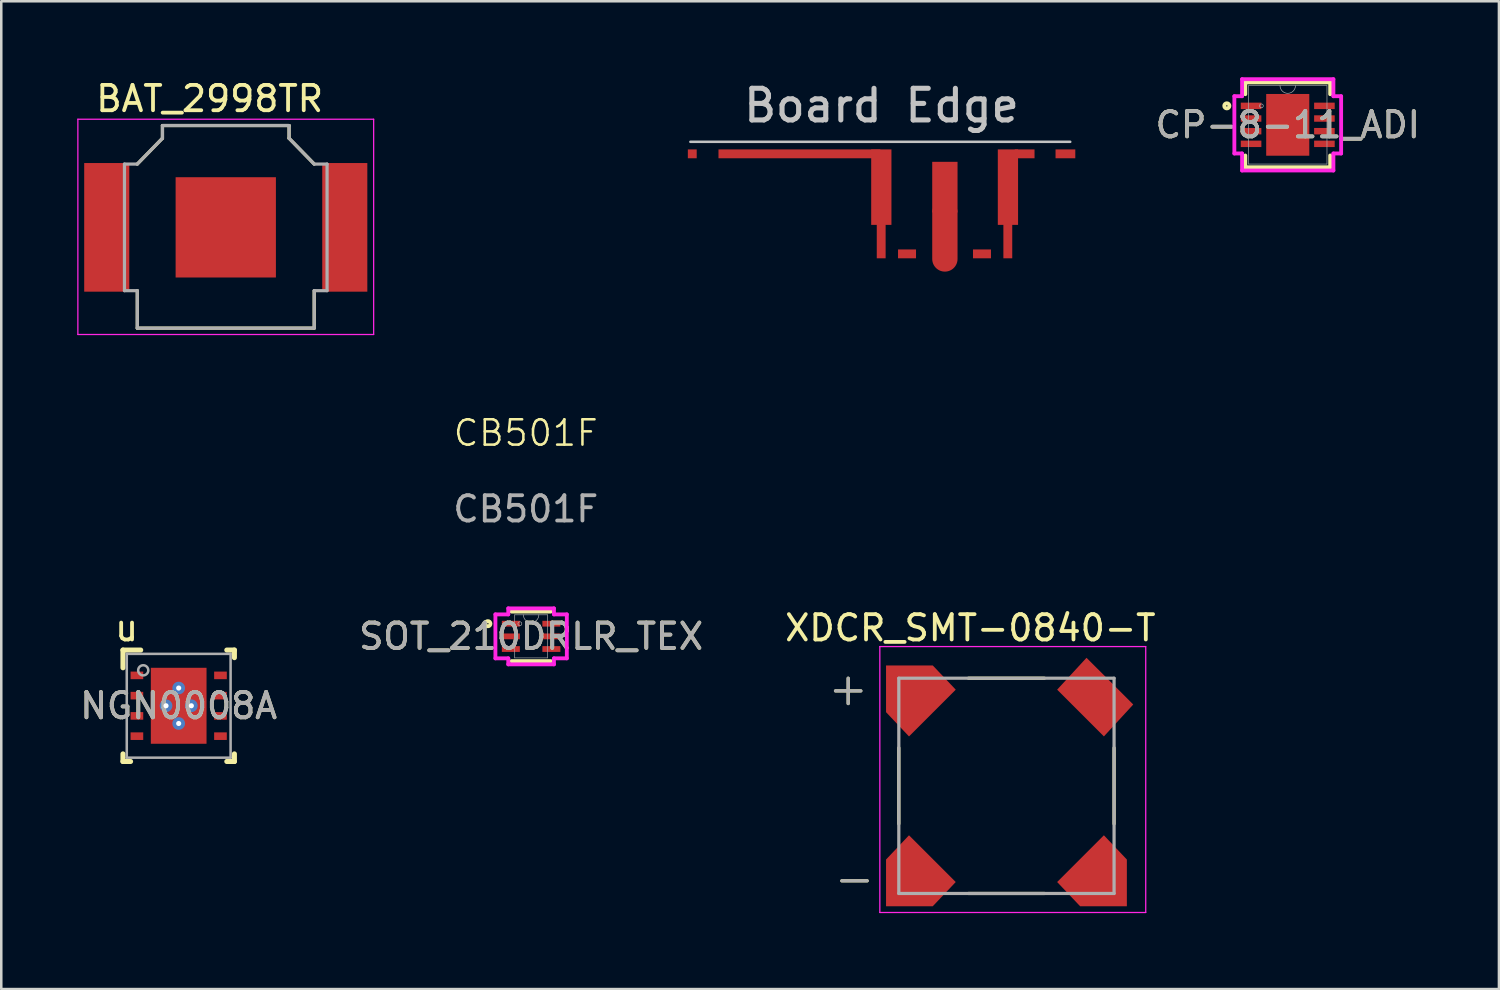
<source format=kicad_pcb>
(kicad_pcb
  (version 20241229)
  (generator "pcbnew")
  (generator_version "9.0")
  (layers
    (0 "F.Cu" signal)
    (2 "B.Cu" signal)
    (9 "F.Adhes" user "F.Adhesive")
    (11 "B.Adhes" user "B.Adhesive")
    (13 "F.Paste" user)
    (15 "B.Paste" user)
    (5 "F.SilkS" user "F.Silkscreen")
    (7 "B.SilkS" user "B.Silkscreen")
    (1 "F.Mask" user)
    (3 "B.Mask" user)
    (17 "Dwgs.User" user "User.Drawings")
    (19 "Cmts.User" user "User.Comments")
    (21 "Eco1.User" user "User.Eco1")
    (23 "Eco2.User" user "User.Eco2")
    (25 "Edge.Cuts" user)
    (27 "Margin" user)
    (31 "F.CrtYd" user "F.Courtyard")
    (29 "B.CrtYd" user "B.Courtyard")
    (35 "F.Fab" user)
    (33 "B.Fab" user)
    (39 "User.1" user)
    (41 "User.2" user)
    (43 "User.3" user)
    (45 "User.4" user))
  (footprint "CB501F"
    (layer "F.Cu")
    (at 39.212 12.55)
    (property "Reference" "CB501F" (at -21.5 1.5 0) (unlocked yes) (layer "F.SilkS") (effects (font (size 1 1) (thickness 0.1))))
    (attr smd)
    (fp_line (start -4.95 -7.21) (end -4.95 -5.374) (stroke (width 1) (type solid)) (layer "F.Cu"))
    (fp_rect (start -15.1 -9.7) (end -14.75 -9.35) (stroke (width 0) (type solid)) (fill yes) (layer "F.Cu"))
    (fp_rect (start -13.89 -9.7) (end -7.5 -9.35) (stroke (width 0) (type solid)) (fill yes) (layer "F.Cu"))
    (fp_rect (start -7.64 -6.75) (end -7.29 -5.4) (stroke (width 0) (type solid)) (fill yes) (layer "F.Cu"))
    (fp_rect (start -6.09 -5.75) (end -6.8 -5.4) (stroke (width 0) (type solid)) (fill yes) (layer "F.Cu"))
    (fp_rect (start -3.13 -5.75) (end -3.84 -5.4) (stroke (width 0) (type solid)) (fill yes) (layer "F.Cu"))
    (fp_rect (start -2.64 -6.75) (end -2.29 -5.4) (stroke (width 0) (type solid)) (fill yes) (layer "F.Cu"))
    (fp_rect (start -2.19 -9.7) (end -1.41 -9.35) (stroke (width 0) (type solid)) (fill yes) (layer "F.Cu"))
    (fp_rect (start -0.58 -9.7) (end 0.2 -9.35) (stroke (width 0) (type solid)) (fill yes) (layer "F.Cu"))
    (fp_line (start -15 -10) (end 0 -10) (stroke (width 0.1) (type solid)) (layer "Dwgs.User"))
    (fp_text user "Board Edge" (at -13 -10.7 0) (unlocked yes) (layer "Dwgs.User") (effects (font (size 1.25 1.25) (thickness 0.2)) (justify left bottom)))
    (fp_text user "${REFERENCE}" (at -21.5 4.5 0) (unlocked yes) (layer "F.Fab") (effects (font (size 1 1) (thickness 0.15))))
    (pad "1" smd rect (at -7.46 -8.21) (size 0.8 2.98) (layers "F.Cu" "F.Mask" "F.Paste"))
    (pad "2" smd rect (at -2.46 -8.21) (size 0.8 2.98) (layers "F.Cu" "F.Mask" "F.Paste"))
    (pad "3" smd rect (at -4.95 -8.21) (size 1 2) (layers "F.Cu" "F.Mask" "F.Paste"))
    (zone (net_name "") (layer "F.SilkS") (hatch edge 0.5) (connect_pads) (min_thickness 0.25) (filled_areas_thickness no) (keepout (tracks allowed) (vias not_allowed) (pads allowed) (copperpour not_allowed) (footprints allowed)) (placement (enabled no)) (fill) (polygon (pts (xy 24.212 2.55) (xy 24.212 12.55) (xy 39.212 12.55) (xy 39.212 2.55)))))
  (footprint "NGN0008A"
    (layer "F.Cu")
    (at 4.006 24.82)
    (property "Reference" "NGN0008A" (at 0 0 0) (unlocked yes) (layer "F.SilkS") (effects (font (size 1 1) (thickness 0.15))))
    (attr smd)
    (fp_line (start -2.2 -2.2) (end -1.5 -2.2) (stroke (width 0.2) (type solid)) (layer "F.SilkS"))
    (fp_line (start -2.2 -1.5) (end -2.2 -2.2) (stroke (width 0.2) (type solid)) (layer "F.SilkS"))
    (fp_line (start -2.2 2.2) (end -2.2 1.9) (stroke (width 0.2) (type solid)) (layer "F.SilkS"))
    (fp_line (start -2.2 2.2) (end -1.9 2.2) (stroke (width 0.2) (type solid)) (layer "F.SilkS"))
    (fp_line (start 1.9 -2.2) (end 2.2 -2.2) (stroke (width 0.2) (type solid)) (layer "F.SilkS"))
    (fp_line (start 1.9 2.2) (end 2.2 2.2) (stroke (width 0.2) (type solid)) (layer "F.SilkS"))
    (fp_line (start 2.2 -1.9) (end 2.2 -2.2) (stroke (width 0.2) (type solid)) (layer "F.SilkS"))
    (fp_line (start 2.2 2.2) (end 2.2 1.9) (stroke (width 0.2) (type solid)) (layer "F.SilkS"))
    (fp_poly (pts (xy -1 -0.15) (xy -0.15 -0.15) (xy -0.15 -1.4) (xy -1 -1.4)) (stroke (width 0) (type solid)) (fill yes) (layer "F.Paste"))
    (fp_poly (pts (xy -1 1.4) (xy -0.15 1.4) (xy -0.15 0.15) (xy -1 0.15)) (stroke (width 0) (type solid)) (fill yes) (layer "F.Paste"))
    (fp_poly (pts (xy 1 -1.4) (xy 0.15 -1.4) (xy 0.15 -0.15) (xy 1 -0.15)) (stroke (width 0) (type solid)) (fill yes) (layer "F.Paste"))
    (fp_poly (pts (xy 1 0.15) (xy 0.15 0.15) (xy 0.15 1.4) (xy 1 1.4)) (stroke (width 0) (type solid)) (fill yes) (layer "F.Paste"))
    (fp_line (start -2.05 -2.05) (end 2.05 -2.05) (stroke (width 0.1) (type solid)) (layer "F.Fab"))
    (fp_line (start -2.05 2.05) (end -2.05 -2.05) (stroke (width 0.1) (type solid)) (layer "F.Fab"))
    (fp_line (start -2.05 2.05) (end 2.05 2.05) (stroke (width 0.1) (type solid)) (layer "F.Fab"))
    (fp_line (start 2.05 2.05) (end 2.05 -2.05) (stroke (width 0.1) (type solid)) (layer "F.Fab"))
    (fp_circle (center -1.4 -1.4) (end -1.2 -1.4) (stroke (width 0.1) (type solid)) (fill no) (layer "F.Fab"))
    (fp_text user "u" (at -2.057 -3.073 0) (unlocked yes) (layer "F.SilkS") (effects (font (size 1 1) (thickness 0.15))))
    (fp_text user "${REFERENCE}" (at 0 0 0) (unlocked yes) (layer "F.Fab") (effects (font (size 1 1) (thickness 0.15))))
    (pad "1" smd rect (at -1.65 -1.2 90) (size 0.3 0.5) (layers "F.Cu" "F.Mask" "F.Paste"))
    (pad "2" smd rect (at -1.65 -0.4 90) (size 0.3 0.5) (layers "F.Cu" "F.Mask" "F.Paste"))
    (pad "3" smd rect (at -1.65 0.4 90) (size 0.3 0.5) (layers "F.Cu" "F.Mask" "F.Paste"))
    (pad "4" smd rect (at -1.65 1.2 90) (size 0.3 0.5) (layers "F.Cu" "F.Mask" "F.Paste"))
    (pad "5" smd rect (at 1.65 1.2 90) (size 0.3 0.5) (layers "F.Cu" "F.Mask" "F.Paste"))
    (pad "6" smd rect (at 1.65 0.4 90) (size 0.3 0.5) (layers "F.Cu" "F.Mask" "F.Paste"))
    (pad "7" smd rect (at 1.65 -0.4 90) (size 0.3 0.5) (layers "F.Cu" "F.Mask" "F.Paste"))
    (pad "8" smd rect (at 1.65 -1.2 90) (size 0.3 0.5) (layers "F.Cu" "F.Mask" "F.Paste"))
    (pad "9" smd rect (at 0 -0.000003 90) (size 3 2.2) (layers "F.Cu" "F.Mask"))
    (pad "V" thru_hole circle (at -0.5 -0.000003) (size 0.5 0.5) (drill 0.203) (layers "*.Cu" "*.Mask"))
    (pad "V" thru_hole circle (at 0 -0.7) (size 0.5 0.5) (drill 0.203) (layers "*.Cu" "*.Mask"))
    (pad "V" thru_hole circle (at 0 0.7) (size 0.5 0.5) (drill 0.203) (layers "*.Cu" "*.Mask"))
    (pad "V" thru_hole circle (at 0.5 -0.000003) (size 0.5 0.5) (drill 0.203) (layers "*.Cu" "*.Mask")))
  (footprint "BAT_2998TR"
    (layer "F.Cu")
    (at 5.865 5.928)
    (property "Reference" "BAT_2998TR" (at -0.635 -5.08 0) (layer "F.SilkS") (effects (font (size 1 1) (thickness 0.15))))
    (attr smd)
    (fp_line (start -3.493 2.5) (end -3.493 3.98) (stroke (width 0.127) (type solid)) (layer "F.SilkS"))
    (fp_line (start -3.493 3.98) (end 3.493 3.98) (stroke (width 0.127) (type solid)) (layer "F.SilkS"))
    (fp_line (start -2.5 -4.02) (end -2.5 -3.518) (stroke (width 0.127) (type solid)) (layer "F.SilkS"))
    (fp_line (start -2.5 -3.518) (end -3.493 -2.5) (stroke (width 0.127) (type solid)) (layer "F.SilkS"))
    (fp_line (start 2.5 -4.02) (end -2.5 -4.02) (stroke (width 0.127) (type solid)) (layer "F.SilkS"))
    (fp_line (start 2.5 -3.518) (end 2.5 -4.02) (stroke (width 0.127) (type solid)) (layer "F.SilkS"))
    (fp_line (start 3.493 -2.5) (end 2.5 -3.518) (stroke (width 0.127) (type solid)) (layer "F.SilkS"))
    (fp_line (start 3.493 3.98) (end 3.493 2.5) (stroke (width 0.127) (type solid)) (layer "F.SilkS"))
    (fp_line (start -5.84 -4.27) (end 5.84 -4.27) (stroke (width 0.05) (type solid)) (layer "F.CrtYd"))
    (fp_line (start -5.84 4.23) (end -5.84 -4.27) (stroke (width 0.05) (type solid)) (layer "F.CrtYd"))
    (fp_line (start 5.84 -4.27) (end 5.84 4.23) (stroke (width 0.05) (type solid)) (layer "F.CrtYd"))
    (fp_line (start 5.84 4.23) (end -5.84 4.23) (stroke (width 0.05) (type solid)) (layer "F.CrtYd"))
    (fp_line (start -4 -2.5) (end -4 2.5) (stroke (width 0.127) (type solid)) (layer "F.Fab"))
    (fp_line (start -4 2.5) (end -3.493 2.5) (stroke (width 0.127) (type solid)) (layer "F.Fab"))
    (fp_line (start -3.493 -2.5) (end -4 -2.5) (stroke (width 0.127) (type solid)) (layer "F.Fab"))
    (fp_line (start -3.493 2.5) (end -3.493 3.98) (stroke (width 0.127) (type solid)) (layer "F.Fab"))
    (fp_line (start -3.493 3.98) (end 3.493 3.98) (stroke (width 0.127) (type solid)) (layer "F.Fab"))
    (fp_line (start -2.5 -4.02) (end -2.5 -3.518) (stroke (width 0.127) (type solid)) (layer "F.Fab"))
    (fp_line (start -2.5 -3.518) (end -3.493 -2.5) (stroke (width 0.127) (type solid)) (layer "F.Fab"))
    (fp_line (start 2.5 -4.02) (end -2.5 -4.02) (stroke (width 0.127) (type solid)) (layer "F.Fab"))
    (fp_line (start 2.5 -3.518) (end 2.5 -4.02) (stroke (width 0.127) (type solid)) (layer "F.Fab"))
    (fp_line (start 3.493 -2.5) (end 2.5 -3.518) (stroke (width 0.127) (type solid)) (layer "F.Fab"))
    (fp_line (start 3.493 3.98) (end 3.493 2.5) (stroke (width 0.127) (type solid)) (layer "F.Fab"))
    (fp_line (start 4 -2.5) (end 3.493 -2.5) (stroke (width 0.127) (type solid)) (layer "F.Fab"))
    (fp_line (start 4 2.5) (end 3.493 2.5) (stroke (width 0.127) (type solid)) (layer "F.Fab"))
    (fp_line (start 4 2.5) (end 4 -2.5) (stroke (width 0.127) (type solid)) (layer "F.Fab"))
    (pad "N" smd rect (at 0 0) (size 3.96 3.96) (layers "F.Cu" "F.Mask"))
    (pad "P1" smd rect (at -4.7 0) (size 1.78 5.08) (layers "F.Cu" "F.Mask" "F.Paste"))
    (pad "P2" smd rect (at 4.7 0) (size 1.78 5.08) (layers "F.Cu" "F.Mask" "F.Paste")))
  (footprint "XDCR_SMT-0840-T"
    (layer "F.Cu")
    (at 36.693 27.982)
    (property "Reference" "XDCR_SMT-0840-T" (at -1.425 -6.235 0) (layer "F.SilkS") (effects (font (size 1 1) (thickness 0.15))))
    (attr smd)
    (fp_poly (pts (xy 1.759 -3.798) (xy 3.798 -1.759) (xy 5.2 -3.212) (xy 3.162 -5.25)) (stroke (width 0.01) (type solid)) (fill yes) (layer "F.Mask"))
    (fp_poly (pts (xy -3.848 -1.859) (xy -1.909 -3.798) (xy -2.812 -4.85) (xy -4.85 -4.85) (xy -4.85 -2.812)) (stroke (width 0.01) (type solid)) (fill yes) (layer "F.Mask"))
    (fp_poly (pts (xy -1.809 3.848) (xy -3.848 1.809) (xy -4.85 2.912) (xy -4.85 4.85) (xy -2.912 4.85)) (stroke (width 0.01) (type solid)) (fill yes) (layer "F.Mask"))
    (fp_poly (pts (xy 3.798 1.809) (xy 1.859 3.748) (xy 2.812 4.85) (xy 4.85 4.85) (xy 4.85 2.812)) (stroke (width 0.01) (type solid)) (fill yes) (layer "F.Mask"))
    (fp_line (start -6.25 -4.25) (end -6.25 -3.25) (stroke (width 0.127) (type solid)) (layer "F.SilkS"))
    (fp_line (start -5.75 -3.75) (end -6.75 -3.75) (stroke (width 0.127) (type solid)) (layer "F.SilkS"))
    (fp_line (start -5.5 3.75) (end -6.5 3.75) (stroke (width 0.127) (type solid)) (layer "F.SilkS"))
    (fp_line (start -4.25 -1.5) (end -4.25 1.5) (stroke (width 0.127) (type solid)) (layer "F.SilkS"))
    (fp_line (start -1.5 -4.25) (end 1.5 -4.25) (stroke (width 0.127) (type solid)) (layer "F.SilkS"))
    (fp_line (start -1.5 4.25) (end 1.5 4.25) (stroke (width 0.127) (type solid)) (layer "F.SilkS"))
    (fp_line (start 4.25 -1.5) (end 4.25 1.5) (stroke (width 0.127) (type solid)) (layer "F.SilkS"))
    (fp_poly (pts (xy 2.009 -3.798) (xy 3.848 -1.959) (xy 5 -3.212) (xy 3.162 -5.05)) (stroke (width 0.01) (type solid)) (fill yes) (layer "F.Paste"))
    (fp_poly (pts (xy -3.848 -1.959) (xy -2.009 -3.798) (xy -2.912 -4.75) (xy -4.75 -4.75) (xy -4.75 -2.912)) (stroke (width 0.01) (type solid)) (fill yes) (layer "F.Paste"))
    (fp_poly (pts (xy -2.009 3.798) (xy -3.848 1.959) (xy -4.75 2.912) (xy -4.75 4.75) (xy -2.912 4.75)) (stroke (width 0.01) (type solid)) (fill yes) (layer "F.Paste"))
    (fp_poly (pts (xy 3.848 1.959) (xy 2.009 3.798) (xy 2.912 4.75) (xy 4.75 4.75) (xy 4.75 2.912)) (stroke (width 0.01) (type solid)) (fill yes) (layer "F.Paste"))
    (fp_line (start -5 -5.5) (end -5 5) (stroke (width 0.05) (type solid)) (layer "F.CrtYd"))
    (fp_line (start -5 5) (end 5.5 5) (stroke (width 0.05) (type solid)) (layer "F.CrtYd"))
    (fp_line (start 5.5 -5.5) (end -5 -5.5) (stroke (width 0.05) (type solid)) (layer "F.CrtYd"))
    (fp_line (start 5.5 5) (end 5.5 -5.5) (stroke (width 0.05) (type solid)) (layer "F.CrtYd"))
    (fp_line (start -6.75 -3.75) (end -5.75 -3.75) (stroke (width 0.127) (type solid)) (layer "F.Fab"))
    (fp_line (start -6.25 -4.25) (end -6.25 -3.25) (stroke (width 0.127) (type solid)) (layer "F.Fab"))
    (fp_line (start -5.5 3.75) (end -6.5 3.75) (stroke (width 0.127) (type solid)) (layer "F.Fab"))
    (fp_line (start -4.25 -4.25) (end 4.25 -4.25) (stroke (width 0.127) (type solid)) (layer "F.Fab"))
    (fp_line (start -4.25 4.25) (end -4.25 -4.25) (stroke (width 0.127) (type solid)) (layer "F.Fab"))
    (fp_line (start 4.25 -4.25) (end 4.25 4.25) (stroke (width 0.127) (type solid)) (layer "F.Fab"))
    (fp_line (start 4.25 4.25) (end -4.25 4.25) (stroke (width 0.127) (type solid)) (layer "F.Fab"))
    (pad "2" smd custom (at 3.45 -3.45) (size 1 1) (layers "F.Cu") (options (anchor rect)) (primitives (gr_poly (pts (xy -1.441 -0.348) (xy 0.398 1.491) (xy 1.55 0.238) (xy -0.288 -1.6)) (width 0.01) (fill yes))))
    (pad "4" smd custom (at 3.6 3.6) (size 1 1) (layers "F.Cu") (options (anchor rect)) (primitives (gr_poly (pts (xy 0.248 -1.641) (xy -1.591 0.198) (xy -0.688 1.15) (xy 1.15 1.15) (xy 1.15 -0.688)) (width 0.01) (fill yes))))
    (pad "N" smd custom (at -3.6 3.6) (size 1 1) (layers "F.Cu") (options (anchor rect)) (primitives (gr_poly (pts (xy 1.591 0.198) (xy -0.248 -1.641) (xy -1.15 -0.688) (xy -1.15 1.15) (xy 0.688 1.15)) (width 0.01) (fill yes))))
    (pad "P" smd custom (at -3.6 -3.6) (size 1 1) (layers "F.Cu") (options (anchor rect)) (primitives (gr_poly (pts (xy -0.248 1.641) (xy 1.591 -0.198) (xy 0.688 -1.15) (xy -1.15 -1.15) (xy -1.15 0.688)) (width 0.01) (fill yes)))))
  (footprint "CP-8-11_ADI"
    (layer "F.Cu")
    (at 47.801 1.88)
    (property "Reference" "CP-8-11_ADI" (at 0 0 0) (unlocked yes) (layer "F.SilkS") (effects (font (size 1 1) (thickness 0.15))))
    (attr smd)
    (fp_line (start -1.676 -1.676) (end -1.676 -1.21) (stroke (width 0.152) (type solid)) (layer "F.SilkS"))
    (fp_line (start -1.676 1.21) (end -1.676 1.676) (stroke (width 0.152) (type solid)) (layer "F.SilkS"))
    (fp_line (start -1.676 1.676) (end 1.676 1.676) (stroke (width 0.152) (type solid)) (layer "F.SilkS"))
    (fp_line (start 1.676 -1.676) (end -1.676 -1.676) (stroke (width 0.152) (type solid)) (layer "F.SilkS"))
    (fp_line (start 1.676 -1.21) (end 1.676 -1.676) (stroke (width 0.152) (type solid)) (layer "F.SilkS"))
    (fp_line (start 1.676 1.676) (end 1.676 1.21) (stroke (width 0.152) (type solid)) (layer "F.SilkS"))
    (fp_circle (center -2.405 -0.75) (end -2.303 -0.75) (stroke (width 0.152) (type solid)) (fill no) (layer "F.SilkS"))
    (fp_line (start -2.108 -1.131) (end -1.803 -1.131) (stroke (width 0.152) (type solid)) (layer "F.CrtYd"))
    (fp_line (start -2.108 1.131) (end -2.108 -1.131) (stroke (width 0.152) (type solid)) (layer "F.CrtYd"))
    (fp_line (start -2.108 1.131) (end -1.803 1.131) (stroke (width 0.152) (type solid)) (layer "F.CrtYd"))
    (fp_line (start -1.803 -1.803) (end 1.803 -1.803) (stroke (width 0.152) (type solid)) (layer "F.CrtYd"))
    (fp_line (start -1.803 -1.131) (end -1.803 -1.803) (stroke (width 0.152) (type solid)) (layer "F.CrtYd"))
    (fp_line (start -1.803 1.803) (end -1.803 1.131) (stroke (width 0.152) (type solid)) (layer "F.CrtYd"))
    (fp_line (start 1.803 -1.803) (end 1.803 -1.131) (stroke (width 0.152) (type solid)) (layer "F.CrtYd"))
    (fp_line (start 1.803 1.131) (end 1.803 1.803) (stroke (width 0.152) (type solid)) (layer "F.CrtYd"))
    (fp_line (start 1.803 1.803) (end -1.803 1.803) (stroke (width 0.152) (type solid)) (layer "F.CrtYd"))
    (fp_line (start 2.108 -1.131) (end 1.803 -1.131) (stroke (width 0.152) (type solid)) (layer "F.CrtYd"))
    (fp_line (start 2.108 -1.131) (end 2.108 1.131) (stroke (width 0.152) (type solid)) (layer "F.CrtYd"))
    (fp_line (start 2.108 1.131) (end 1.803 1.131) (stroke (width 0.152) (type solid)) (layer "F.CrtYd"))
    (fp_line (start -1.549 -1.549) (end -1.549 1.549) (stroke (width 0.025) (type solid)) (layer "F.Fab"))
    (fp_line (start -1.549 1.549) (end 1.549 1.549) (stroke (width 0.025) (type solid)) (layer "F.Fab"))
    (fp_line (start 1.549 -1.549) (end -1.549 -1.549) (stroke (width 0.025) (type solid)) (layer "F.Fab"))
    (fp_line (start 1.549 1.549) (end 1.549 -1.549) (stroke (width 0.025) (type solid)) (layer "F.Fab"))
    (fp_arc (start 0.3048 -1.5494) (mid 0 -1.2446) (end -0.3048 -1.5494) (stroke (width 0.0254) (type solid)) (layer "F.Fab"))
    (fp_circle (center -1.041 -0.75) (end -0.965 -0.75) (stroke (width 0.025) (type solid)) (fill no) (layer "F.Fab"))
    (fp_text user "${REFERENCE}" (at 0 0 0) (unlocked yes) (layer "F.Fab") (effects (font (size 1 1) (thickness 0.15))))
    (pad "1" smd rect (at -1.448 -0.75) (size 0.813 0.254) (layers "F.Cu" "F.Mask" "F.Paste"))
    (pad "2" smd rect (at -1.448 -0.25) (size 0.813 0.254) (layers "F.Cu" "F.Mask" "F.Paste"))
    (pad "3" smd rect (at -1.448 0.25) (size 0.813 0.254) (layers "F.Cu" "F.Mask" "F.Paste"))
    (pad "4" smd rect (at -1.448 0.75) (size 0.813 0.254) (layers "F.Cu" "F.Mask" "F.Paste"))
    (pad "5" smd rect (at 1.448 0.75) (size 0.813 0.254) (layers "F.Cu" "F.Mask" "F.Paste"))
    (pad "6" smd rect (at 1.448 0.25) (size 0.813 0.254) (layers "F.Cu" "F.Mask" "F.Paste"))
    (pad "7" smd rect (at 1.448 -0.25) (size 0.813 0.254) (layers "F.Cu" "F.Mask" "F.Paste"))
    (pad "8" smd rect (at 1.448 -0.75) (size 0.813 0.254) (layers "F.Cu" "F.Mask" "F.Paste"))
    (pad "9" smd rect (at 0 0) (size 1.702 2.438) (layers "F.Cu" "F.Mask" "F.Paste")))
  (footprint "SOT_210DRLR_TEX"
    (layer "F.Cu")
    (at 17.923 22.079)
    (property "Reference" "SOT_210DRLR_TEX" (at 0 0 0) (unlocked yes) (layer "F.SilkS") (effects (font (size 1 1) (thickness 0.15))))
    (attr smd)
    (fp_line (start -0.775 0.978) (end 0.775 0.978) (stroke (width 0.152) (type solid)) (layer "F.SilkS"))
    (fp_line (start 0.775 -0.978) (end -0.775 -0.978) (stroke (width 0.152) (type solid)) (layer "F.SilkS"))
    (fp_circle (center -1.707 -0.5) (end -1.605 -0.5) (stroke (width 0.152) (type solid)) (fill no) (layer "F.SilkS"))
    (fp_line (start -1.41 -0.868) (end -0.902 -0.868) (stroke (width 0.152) (type solid)) (layer "F.CrtYd"))
    (fp_line (start -1.41 0.868) (end -1.41 -0.868) (stroke (width 0.152) (type solid)) (layer "F.CrtYd"))
    (fp_line (start -1.41 0.868) (end -0.902 0.868) (stroke (width 0.152) (type solid)) (layer "F.CrtYd"))
    (fp_line (start -0.902 -1.105) (end 0.902 -1.105) (stroke (width 0.152) (type solid)) (layer "F.CrtYd"))
    (fp_line (start -0.902 -0.868) (end -0.902 -1.105) (stroke (width 0.152) (type solid)) (layer "F.CrtYd"))
    (fp_line (start -0.902 1.105) (end -0.902 0.868) (stroke (width 0.152) (type solid)) (layer "F.CrtYd"))
    (fp_line (start 0.902 -1.105) (end 0.902 -0.868) (stroke (width 0.152) (type solid)) (layer "F.CrtYd"))
    (fp_line (start 0.902 0.868) (end 0.902 1.105) (stroke (width 0.152) (type solid)) (layer "F.CrtYd"))
    (fp_line (start 0.902 1.105) (end -0.902 1.105) (stroke (width 0.152) (type solid)) (layer "F.CrtYd"))
    (fp_line (start 1.41 -0.868) (end 0.902 -0.868) (stroke (width 0.152) (type solid)) (layer "F.CrtYd"))
    (fp_line (start 1.41 -0.868) (end 1.41 0.868) (stroke (width 0.152) (type solid)) (layer "F.CrtYd"))
    (fp_line (start 1.41 0.868) (end 0.902 0.868) (stroke (width 0.152) (type solid)) (layer "F.CrtYd"))
    (fp_line (start -0.648 -0.851) (end -0.648 0.851) (stroke (width 0.025) (type solid)) (layer "F.Fab"))
    (fp_line (start -0.648 0.851) (end 0.648 0.851) (stroke (width 0.025) (type solid)) (layer "F.Fab"))
    (fp_line (start 0.648 -0.851) (end -0.648 -0.851) (stroke (width 0.025) (type solid)) (layer "F.Fab"))
    (fp_line (start 0.648 0.851) (end 0.648 -0.851) (stroke (width 0.025) (type solid)) (layer "F.Fab"))
    (fp_arc (start 0.3048 -0.8509) (mid 0 -0.5461) (end -0.3048 -0.8509) (stroke (width 0.0254) (type solid)) (layer "F.Fab"))
    (fp_circle (center -0.445 -0.5) (end -0.368 -0.5) (stroke (width 0.025) (type solid)) (fill no) (layer "F.Fab"))
    (fp_text user "${REFERENCE}" (at 0 0 0) (unlocked yes) (layer "F.Fab") (effects (font (size 1 1) (thickness 0.15))))
    (pad "1" smd rect (at -0.8 -0.5) (size 0.711 0.229) (layers "F.Cu" "F.Mask" "F.Paste"))
    (pad "2" smd rect (at -0.8 0) (size 0.711 0.229) (layers "F.Cu" "F.Mask" "F.Paste"))
    (pad "3" smd rect (at -0.8 0.5) (size 0.711 0.229) (layers "F.Cu" "F.Mask" "F.Paste"))
    (pad "4" smd rect (at 0.8 0.5) (size 0.711 0.229) (layers "F.Cu" "F.Mask" "F.Paste"))
    (pad "5" smd rect (at 0.8 0) (size 0.711 0.229) (layers "F.Cu" "F.Mask" "F.Paste"))
    (pad "6" smd rect (at 0.8 -0.5) (size 0.711 0.229) (layers "F.Cu" "F.Mask" "F.Paste")))
  (gr_rect
    (start -3 -3)
    (end 56.141 36.007)
    (stroke (width 0.1) (type default))
    (fill no)
    (layer "Edge.Cuts")))
</source>
